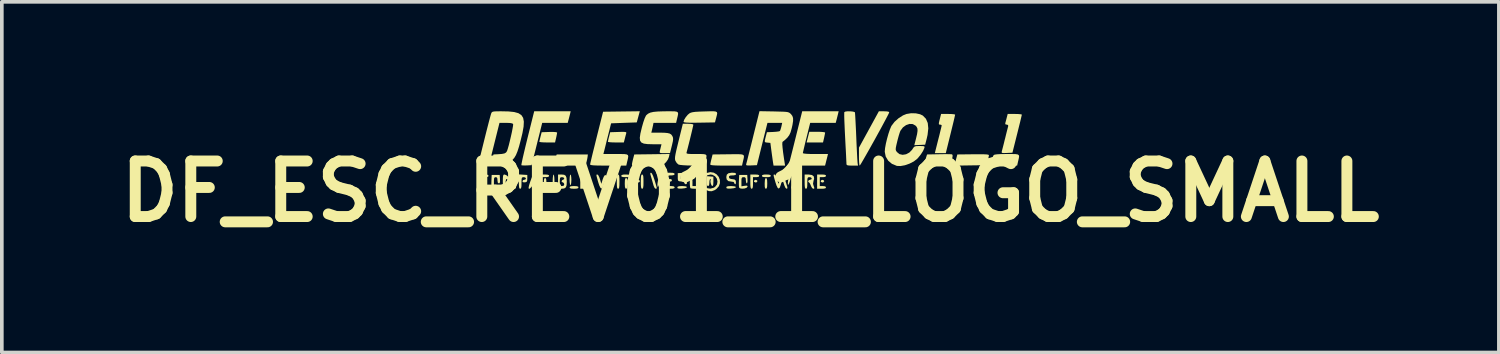
<source format=kicad_pcb>
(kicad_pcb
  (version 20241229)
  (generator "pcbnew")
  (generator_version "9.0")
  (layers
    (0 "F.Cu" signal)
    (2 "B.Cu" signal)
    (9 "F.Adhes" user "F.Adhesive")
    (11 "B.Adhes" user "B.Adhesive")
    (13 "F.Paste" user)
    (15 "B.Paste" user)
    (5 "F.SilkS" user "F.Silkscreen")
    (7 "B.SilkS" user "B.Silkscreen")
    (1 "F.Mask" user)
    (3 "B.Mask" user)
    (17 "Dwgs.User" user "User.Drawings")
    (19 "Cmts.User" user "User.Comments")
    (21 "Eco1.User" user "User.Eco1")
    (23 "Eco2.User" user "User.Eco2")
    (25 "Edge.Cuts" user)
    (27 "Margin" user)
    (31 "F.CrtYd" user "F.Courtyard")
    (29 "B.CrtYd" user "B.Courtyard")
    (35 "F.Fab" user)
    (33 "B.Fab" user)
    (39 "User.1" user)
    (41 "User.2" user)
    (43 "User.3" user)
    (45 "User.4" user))
  (footprint "DF_ESC_REV01_1_LOGO_SMALL"
    (layer "F.Cu")
    (at 17.533 2.201)
    (property "Reference" "DF_ESC_REV01_1_LOGO_SMALL" (at 0 0 0) (layer "F.SilkS") (effects (font (size 1.524 1.524) (thickness 0.3))))
    (attr board_only exclude_from_pos_files exclude_from_bom)
    (fp_poly (pts (xy -6.574 -0.207) (xy -6.57 -0.195) (xy -6.59 -0.174) (xy -6.606 -0.171) (xy -6.639 -0.184) (xy -6.643 -0.195) (xy -6.623 -0.217) (xy -6.606 -0.22)) (stroke (width 0) (type solid)) (fill yes) (layer "F.SilkS"))
    (fp_poly (pts (xy -4.478 -0.302) (xy -4.469 -0.281) (xy -4.49 -0.251) (xy -4.518 -0.244) (xy -4.558 -0.26) (xy -4.567 -0.281) (xy -4.547 -0.311) (xy -4.518 -0.318)) (stroke (width 0) (type solid)) (fill yes) (layer "F.SilkS"))
    (fp_poly (pts (xy -2.158 -0.327) (xy -2.149 -0.305) (xy -2.17 -0.275) (xy -2.198 -0.269) (xy -2.238 -0.284) (xy -2.247 -0.305) (xy -2.227 -0.335) (xy -2.198 -0.342)) (stroke (width 0) (type solid)) (fill yes) (layer "F.SilkS"))
    (fp_poly (pts (xy 0.186 -0.302) (xy 0.195 -0.281) (xy 0.175 -0.251) (xy 0.147 -0.244) (xy 0.107 -0.26) (xy 0.098 -0.281) (xy 0.118 -0.311) (xy 0.147 -0.318)) (stroke (width 0) (type solid)) (fill yes) (layer "F.SilkS"))
    (fp_poly (pts (xy 2.018 -0.302) (xy 2.027 -0.281) (xy 2.007 -0.251) (xy 1.978 -0.244) (xy 1.938 -0.26) (xy 1.929 -0.281) (xy 1.95 -0.311) (xy 1.978 -0.318)) (stroke (width 0) (type solid)) (fill yes) (layer "F.SilkS"))
    (fp_poly (pts (xy -5.565 -0.46) (xy -5.527 -0.447) (xy -5.52 -0.427) (xy -5.533 -0.404) (xy -5.578 -0.393) (xy -5.642 -0.391) (xy -5.719 -0.395) (xy -5.756 -0.408) (xy -5.764 -0.427) (xy -5.751 -0.45) (xy -5.706 -0.462) (xy -5.642 -0.464)) (stroke (width 0) (type solid)) (fill yes) (layer "F.SilkS"))
    (fp_poly (pts (xy -4.92 -0.442) (xy -4.912 -0.384) (xy -4.909 -0.318) (xy -4.913 -0.239) (xy -4.922 -0.187) (xy -4.933 -0.171) (xy -4.946 -0.193) (xy -4.955 -0.251) (xy -4.958 -0.318) (xy -4.954 -0.396) (xy -4.944 -0.448) (xy -4.933 -0.464)) (stroke (width 0) (type solid)) (fill yes) (layer "F.SilkS"))
    (fp_poly (pts (xy -4.759 -0.143) (xy -4.721 -0.129) (xy -4.714 -0.11) (xy -4.727 -0.087) (xy -4.772 -0.076) (xy -4.836 -0.073) (xy -4.913 -0.077) (xy -4.95 -0.091) (xy -4.958 -0.11) (xy -4.945 -0.133) (xy -4.9 -0.144) (xy -4.836 -0.147)) (stroke (width 0) (type solid)) (fill yes) (layer "F.SilkS"))
    (fp_poly (pts (xy -4.464 -0.953) (xy -4.475 -0.887) (xy -4.493 -0.809) (xy -4.496 -0.8) (xy -4.52 -0.708) (xy -5.398 -0.708) (xy -5.382 -0.775) (xy -5.363 -0.847) (xy -5.34 -0.926) (xy -5.339 -0.928) (xy -5.312 -1.014) (xy -4.457 -1.014)) (stroke (width 0) (type solid)) (fill yes) (layer "F.SilkS"))
    (fp_poly (pts (xy -3.342 -0.46) (xy -3.305 -0.447) (xy -3.297 -0.427) (xy -3.31 -0.404) (xy -3.355 -0.393) (xy -3.419 -0.391) (xy -3.496 -0.395) (xy -3.534 -0.408) (xy -3.541 -0.427) (xy -3.528 -0.45) (xy -3.483 -0.462) (xy -3.419 -0.464)) (stroke (width 0) (type solid)) (fill yes) (layer "F.SilkS"))
    (fp_poly (pts (xy -1.424 -0.499) (xy -1.417 -0.478) (xy -1.428 -0.454) (xy -1.47 -0.442) (xy -1.541 -0.44) (xy -1.618 -0.444) (xy -1.653 -0.457) (xy -1.655 -0.47) (xy -1.626 -0.49) (xy -1.565 -0.505) (xy -1.531 -0.508) (xy -1.459 -0.509)) (stroke (width 0) (type solid)) (fill yes) (layer "F.SilkS"))
    (fp_poly (pts (xy 0.516 -0.46) (xy 0.554 -0.447) (xy 0.562 -0.427) (xy 0.549 -0.404) (xy 0.503 -0.393) (xy 0.44 -0.391) (xy 0.363 -0.395) (xy 0.325 -0.408) (xy 0.318 -0.427) (xy 0.331 -0.45) (xy 0.376 -0.462) (xy 0.44 -0.464)) (stroke (width 0) (type solid)) (fill yes) (layer "F.SilkS"))
    (fp_poly (pts (xy 1.931 -1.634) (xy 2.005 -1.628) (xy 2.047 -1.619) (xy 2.052 -1.614) (xy 2.046 -1.579) (xy 2.033 -1.514) (xy 2.023 -1.467) (xy 1.994 -1.343) (xy 1.544 -1.343) (xy 1.581 -1.49) (xy 1.618 -1.636) (xy 1.835 -1.636)) (stroke (width 0) (type solid)) (fill yes) (layer "F.SilkS"))
    (fp_poly (pts (xy -7.201 -0.455) (xy -7.18 -0.429) (xy -7.18 -0.427) (xy -7.194 -0.404) (xy -7.242 -0.392) (xy -7.293 -0.391) (xy -7.36 -0.393) (xy -7.387 -0.401) (xy -7.381 -0.42) (xy -7.376 -0.427) (xy -7.332 -0.453) (xy -7.266 -0.464) (xy -7.263 -0.464)) (stroke (width 0) (type solid)) (fill yes) (layer "F.SilkS"))
    (fp_poly (pts (xy -3.746 -0.457) (xy -3.743 -0.426) (xy -3.752 -0.366) (xy -3.77 -0.294) (xy -3.792 -0.229) (xy -3.814 -0.186) (xy -3.817 -0.183) (xy -3.829 -0.188) (xy -3.831 -0.24) (xy -3.826 -0.291) (xy -3.81 -0.385) (xy -3.787 -0.445) (xy -3.761 -0.465)) (stroke (width 0) (type solid)) (fill yes) (layer "F.SilkS"))
    (fp_poly (pts (xy -1.78 -0.14) (xy -1.74 -0.125) (xy -1.744 -0.106) (xy -1.793 -0.088) (xy -1.876 -0.078) (xy -1.953 -0.077) (xy -1.991 -0.085) (xy -2.003 -0.107) (xy -2.003 -0.109) (xy -1.992 -0.131) (xy -1.953 -0.143) (xy -1.876 -0.147) (xy -1.866 -0.147)) (stroke (width 0) (type solid)) (fill yes) (layer "F.SilkS"))
    (fp_poly (pts (xy -0.437 -0.14) (xy -0.396 -0.125) (xy -0.401 -0.106) (xy -0.45 -0.088) (xy -0.533 -0.078) (xy -0.609 -0.077) (xy -0.648 -0.085) (xy -0.659 -0.107) (xy -0.659 -0.109) (xy -0.649 -0.131) (xy -0.61 -0.143) (xy -0.533 -0.147) (xy -0.523 -0.147)) (stroke (width 0) (type solid)) (fill yes) (layer "F.SilkS"))
    (fp_poly (pts (xy 1.114 -0.457) (xy 1.118 -0.426) (xy 1.108 -0.366) (xy 1.09 -0.294) (xy 1.068 -0.229) (xy 1.046 -0.186) (xy 1.043 -0.183) (xy 1.031 -0.188) (xy 1.03 -0.24) (xy 1.034 -0.291) (xy 1.05 -0.385) (xy 1.073 -0.445) (xy 1.1 -0.465)) (stroke (width 0) (type solid)) (fill yes) (layer "F.SilkS"))
    (fp_poly (pts (xy 0.45 -0.352) (xy 0.461 -0.305) (xy 0.464 -0.22) (xy 0.461 -0.134) (xy 0.451 -0.089) (xy 0.431 -0.073) (xy 0.428 -0.073) (xy 0.407 -0.085) (xy 0.396 -0.124) (xy 0.394 -0.202) (xy 0.394 -0.22) (xy 0.399 -0.307) (xy 0.411 -0.354) (xy 0.43 -0.366)) (stroke (width 0) (type solid)) (fill yes) (layer "F.SilkS"))
    (fp_poly (pts (xy 6.397 -1.019) (xy 6.478 -1.015) (xy 6.526 -1.008) (xy 6.544 -0.998) (xy 6.545 -0.995) (xy 6.539 -0.955) (xy 6.524 -0.887) (xy 6.513 -0.843) (xy 6.481 -0.72) (xy 6.039 -0.714) (xy 5.596 -0.707) (xy 5.638 -0.86) (xy 5.679 -1.014) (xy 6.112 -1.019) (xy 6.277 -1.02)) (stroke (width 0) (type solid)) (fill yes) (layer "F.SilkS"))
    (fp_poly (pts (xy -5.608 -0.355) (xy -5.597 -0.315) (xy -5.593 -0.237) (xy -5.593 -0.22) (xy -5.596 -0.135) (xy -5.606 -0.089) (xy -5.625 -0.074) (xy -5.63 -0.073) (xy -5.651 -0.085) (xy -5.662 -0.124) (xy -5.666 -0.202) (xy -5.666 -0.22) (xy -5.663 -0.305) (xy -5.653 -0.351) (xy -5.634 -0.366) (xy -5.63 -0.366)) (stroke (width 0) (type solid)) (fill yes) (layer "F.SilkS"))
    (fp_poly (pts (xy -5.385 -0.441) (xy -5.377 -0.379) (xy -5.373 -0.286) (xy -5.373 -0.269) (xy -5.376 -0.172) (xy -5.384 -0.104) (xy -5.395 -0.074) (xy -5.397 -0.073) (xy -5.41 -0.096) (xy -5.418 -0.159) (xy -5.422 -0.251) (xy -5.422 -0.269) (xy -5.419 -0.365) (xy -5.411 -0.433) (xy -5.4 -0.463) (xy -5.397 -0.464)) (stroke (width 0) (type solid)) (fill yes) (layer "F.SilkS"))
    (fp_poly (pts (xy -3.608 -0.455) (xy -3.597 -0.421) (xy -3.591 -0.355) (xy -3.59 -0.269) (xy -3.592 -0.168) (xy -3.598 -0.108) (xy -3.611 -0.079) (xy -3.627 -0.073) (xy -3.646 -0.082) (xy -3.657 -0.116) (xy -3.662 -0.182) (xy -3.663 -0.269) (xy -3.662 -0.369) (xy -3.655 -0.429) (xy -3.643 -0.458) (xy -3.627 -0.464)) (stroke (width 0) (type solid)) (fill yes) (layer "F.SilkS"))
    (fp_poly (pts (xy -3.386 -0.355) (xy -3.374 -0.315) (xy -3.37 -0.237) (xy -3.37 -0.22) (xy -3.373 -0.135) (xy -3.383 -0.089) (xy -3.403 -0.074) (xy -3.407 -0.073) (xy -3.428 -0.085) (xy -3.44 -0.124) (xy -3.444 -0.202) (xy -3.444 -0.22) (xy -3.441 -0.305) (xy -3.431 -0.351) (xy -3.411 -0.366) (xy -3.407 -0.366)) (stroke (width 0) (type solid)) (fill yes) (layer "F.SilkS"))
    (fp_poly (pts (xy -2.949 -0.455) (xy -2.937 -0.421) (xy -2.932 -0.355) (xy -2.931 -0.269) (xy -2.932 -0.168) (xy -2.939 -0.108) (xy -2.951 -0.079) (xy -2.967 -0.073) (xy -2.986 -0.082) (xy -2.997 -0.116) (xy -3.003 -0.182) (xy -3.004 -0.269) (xy -3.002 -0.369) (xy -2.996 -0.429) (xy -2.984 -0.458) (xy -2.967 -0.464)) (stroke (width 0) (type solid)) (fill yes) (layer "F.SilkS"))
    (fp_poly (pts (xy -2.427 -0.507) (xy -2.421 -0.485) (xy -2.429 -0.434) (xy -2.452 -0.347) (xy -2.475 -0.269) (xy -2.504 -0.18) (xy -2.523 -0.133) (xy -2.536 -0.122) (xy -2.546 -0.143) (xy -2.547 -0.147) (xy -2.549 -0.202) (xy -2.537 -0.279) (xy -2.516 -0.364) (xy -2.49 -0.44) (xy -2.463 -0.492) (xy -2.447 -0.507)) (stroke (width 0) (type solid)) (fill yes) (layer "F.SilkS"))
    (fp_poly (pts (xy 5.407 -1.022) (xy 5.487 -1.02) (xy 5.531 -1.017) (xy 5.534 -1.016) (xy 5.548 -0.997) (xy 5.547 -0.952) (xy 5.53 -0.871) (xy 5.527 -0.856) (xy 5.489 -0.708) (xy 4.762 -0.708) (xy 4.778 -0.775) (xy 4.797 -0.847) (xy 4.82 -0.926) (xy 4.821 -0.928) (xy 4.848 -1.014) (xy 5.177 -1.02) (xy 5.3 -1.022)) (stroke (width 0) (type solid)) (fill yes) (layer "F.SilkS"))
    (fp_poly (pts (xy -5.337 -1.627) (xy -5.302 -1.618) (xy -5.3 -1.615) (xy -5.305 -1.579) (xy -5.318 -1.513) (xy -5.328 -1.467) (xy -5.357 -1.343) (xy -5.573 -1.343) (xy -5.668 -1.345) (xy -5.742 -1.35) (xy -5.783 -1.358) (xy -5.788 -1.362) (xy -5.782 -1.394) (xy -5.767 -1.457) (xy -5.756 -1.502) (xy -5.724 -1.624) (xy -5.512 -1.631) (xy -5.41 -1.632)) (stroke (width 0) (type solid)) (fill yes) (layer "F.SilkS"))
    (fp_poly (pts (xy -4.466 -0.46) (xy -4.428 -0.447) (xy -4.421 -0.427) (xy -4.439 -0.4) (xy -4.498 -0.391) (xy -4.506 -0.391) (xy -4.592 -0.391) (xy -4.592 -0.147) (xy -4.506 -0.147) (xy -4.443 -0.139) (xy -4.421 -0.113) (xy -4.421 -0.11) (xy -4.434 -0.087) (xy -4.479 -0.076) (xy -4.543 -0.073) (xy -4.665 -0.073) (xy -4.665 -0.464) (xy -4.543 -0.464)) (stroke (width 0) (type solid)) (fill yes) (layer "F.SilkS"))
    (fp_poly (pts (xy -2.232 -0.947) (xy -2.26 -0.877) (xy -2.309 -0.806) (xy -2.321 -0.794) (xy -2.394 -0.72) (xy -2.821 -0.712) (xy -2.98 -0.71) (xy -3.096 -0.71) (xy -3.175 -0.713) (xy -3.222 -0.719) (xy -3.244 -0.728) (xy -3.248 -0.737) (xy -3.242 -0.778) (xy -3.227 -0.847) (xy -3.216 -0.891) (xy -3.184 -1.014) (xy -2.7 -1.02) (xy -2.216 -1.027)) (stroke (width 0) (type solid)) (fill yes) (layer "F.SilkS"))
    (fp_poly (pts (xy 0.199 -0.46) (xy 0.236 -0.447) (xy 0.244 -0.427) (xy 0.226 -0.4) (xy 0.167 -0.391) (xy 0.159 -0.391) (xy 0.073 -0.391) (xy 0.073 -0.232) (xy 0.071 -0.143) (xy 0.062 -0.093) (xy 0.045 -0.074) (xy 0.037 -0.073) (xy 0.018 -0.082) (xy 0.007 -0.116) (xy 0.001 -0.182) (xy 0 -0.269) (xy 0 -0.464) (xy 0.122 -0.464)) (stroke (width 0) (type solid)) (fill yes) (layer "F.SilkS"))
    (fp_poly (pts (xy 2.031 -0.46) (xy 2.068 -0.447) (xy 2.076 -0.427) (xy 2.057 -0.4) (xy 1.998 -0.391) (xy 1.99 -0.391) (xy 1.905 -0.391) (xy 1.905 -0.147) (xy 1.99 -0.147) (xy 2.054 -0.139) (xy 2.076 -0.113) (xy 2.076 -0.11) (xy 2.063 -0.087) (xy 2.018 -0.076) (xy 1.954 -0.073) (xy 1.832 -0.073) (xy 1.832 -0.464) (xy 1.954 -0.464)) (stroke (width 0) (type solid)) (fill yes) (layer "F.SilkS"))
    (fp_poly (pts (xy -7.338 -0.326) (xy -7.328 -0.272) (xy -7.327 -0.244) (xy -7.324 -0.182) (xy -7.308 -0.154) (xy -7.269 -0.147) (xy -7.254 -0.147) (xy -7.195 -0.136) (xy -7.18 -0.11) (xy -7.201 -0.085) (xy -7.25 -0.073) (xy -7.309 -0.076) (xy -7.359 -0.094) (xy -7.371 -0.103) (xy -7.392 -0.145) (xy -7.401 -0.207) (xy -7.398 -0.272) (xy -7.385 -0.323) (xy -7.364 -0.342)) (stroke (width 0) (type solid)) (fill yes) (layer "F.SilkS"))
    (fp_poly (pts (xy -3.446 -1.632) (xy -3.412 -1.626) (xy -3.401 -1.612) (xy -3.404 -1.595) (xy -3.418 -1.544) (xy -3.437 -1.471) (xy -3.443 -1.447) (xy -3.47 -1.343) (xy -3.689 -1.343) (xy -3.785 -1.345) (xy -3.86 -1.35) (xy -3.902 -1.358) (xy -3.907 -1.362) (xy -3.901 -1.394) (xy -3.887 -1.457) (xy -3.875 -1.502) (xy -3.844 -1.624) (xy -3.617 -1.631) (xy -3.511 -1.634)) (stroke (width 0) (type solid)) (fill yes) (layer "F.SilkS"))
    (fp_poly (pts (xy -4.944 -2.131) (xy -4.962 -2.06) (xy -4.983 -1.979) (xy -4.985 -1.972) (xy -5.009 -1.881) (xy -5.709 -1.881) (xy -5.999 -0.72) (xy -6.132 -0.713) (xy -6.209 -0.712) (xy -6.264 -0.715) (xy -6.281 -0.72) (xy -6.278 -0.747) (xy -6.265 -0.814) (xy -6.243 -0.918) (xy -6.212 -1.051) (xy -6.175 -1.208) (xy -6.132 -1.383) (xy -6.112 -1.466) (xy -5.929 -2.198) (xy -4.928 -2.198)) (stroke (width 0) (type solid)) (fill yes) (layer "F.SilkS"))
    (fp_poly (pts (xy -2.699 -0.49) (xy -2.667 -0.423) (xy -2.63 -0.318) (xy -2.627 -0.308) (xy -2.595 -0.202) (xy -2.575 -0.133) (xy -2.568 -0.095) (xy -2.572 -0.078) (xy -2.586 -0.073) (xy -2.598 -0.073) (xy -2.625 -0.095) (xy -2.651 -0.151) (xy -2.659 -0.177) (xy -2.684 -0.268) (xy -2.713 -0.368) (xy -2.722 -0.397) (xy -2.741 -0.467) (xy -2.744 -0.501) (xy -2.73 -0.513) (xy -2.723 -0.513)) (stroke (width 0) (type solid)) (fill yes) (layer "F.SilkS"))
    (fp_poly (pts (xy -1.601 -0.378) (xy -1.59 -0.332) (xy -1.587 -0.269) (xy -1.587 -0.147) (xy -1.502 -0.147) (xy -1.439 -0.139) (xy -1.417 -0.113) (xy -1.417 -0.11) (xy -1.431 -0.085) (xy -1.482 -0.074) (xy -1.522 -0.073) (xy -1.591 -0.077) (xy -1.637 -0.085) (xy -1.644 -0.09) (xy -1.653 -0.121) (xy -1.659 -0.186) (xy -1.661 -0.248) (xy -1.658 -0.332) (xy -1.647 -0.376) (xy -1.627 -0.391) (xy -1.624 -0.391)) (stroke (width 0) (type solid)) (fill yes) (layer "F.SilkS"))
    (fp_poly (pts (xy -0.249 -1.017) (xy -0.201 -1.005) (xy -0.178 -0.983) (xy -0.175 -0.948) (xy -0.184 -0.898) (xy -0.2 -0.832) (xy -0.228 -0.708) (xy -0.664 -0.708) (xy -0.828 -0.709) (xy -0.948 -0.712) (xy -1.03 -0.717) (xy -1.078 -0.724) (xy -1.098 -0.735) (xy -1.099 -0.739) (xy -1.092 -0.779) (xy -1.077 -0.847) (xy -1.066 -0.891) (xy -1.035 -1.014) (xy -0.603 -1.019) (xy -0.444 -1.021) (xy -0.328 -1.021)) (stroke (width 0) (type solid)) (fill yes) (layer "F.SilkS"))
    (fp_poly (pts (xy -3.158 -0.442) (xy -3.151 -0.391) (xy -3.144 -0.338) (xy -3.116 -0.319) (xy -3.09 -0.318) (xy -3.04 -0.305) (xy -3.028 -0.281) (xy -3.05 -0.251) (xy -3.09 -0.244) (xy -3.131 -0.238) (xy -3.148 -0.209) (xy -3.151 -0.159) (xy -3.159 -0.096) (xy -3.184 -0.073) (xy -3.187 -0.073) (xy -3.206 -0.082) (xy -3.217 -0.116) (xy -3.223 -0.182) (xy -3.224 -0.269) (xy -3.222 -0.369) (xy -3.216 -0.429) (xy -3.203 -0.458) (xy -3.187 -0.464)) (stroke (width 0) (type solid)) (fill yes) (layer "F.SilkS"))
    (fp_poly (pts (xy -1.105 -0.411) (xy -1.014 -0.403) (xy -1.013 -0.275) (xy -1.017 -0.189) (xy -1.033 -0.149) (xy -1.041 -0.147) (xy -1.066 -0.168) (xy -1.085 -0.217) (xy -1.095 -0.273) (xy -1.088 -0.316) (xy -1.087 -0.317) (xy -1.089 -0.34) (xy -1.098 -0.342) (xy -1.114 -0.32) (xy -1.123 -0.266) (xy -1.123 -0.244) (xy -1.13 -0.176) (xy -1.15 -0.148) (xy -1.16 -0.147) (xy -1.182 -0.158) (xy -1.193 -0.2) (xy -1.197 -0.282) (xy -1.197 -0.418)) (stroke (width 0) (type solid)) (fill yes) (layer "F.SilkS"))
    (fp_poly (pts (xy -2.129 -0.51) (xy -2.088 -0.498) (xy -2.076 -0.476) (xy -2.093 -0.45) (xy -2.147 -0.44) (xy -2.171 -0.44) (xy -2.233 -0.437) (xy -2.262 -0.418) (xy -2.273 -0.37) (xy -2.275 -0.348) (xy -2.281 -0.249) (xy -2.273 -0.188) (xy -2.246 -0.158) (xy -2.196 -0.147) (xy -2.172 -0.147) (xy -2.105 -0.14) (xy -2.077 -0.12) (xy -2.076 -0.11) (xy -2.088 -0.088) (xy -2.13 -0.076) (xy -2.21 -0.073) (xy -2.345 -0.073) (xy -2.345 -0.513) (xy -2.21 -0.513)) (stroke (width 0) (type solid)) (fill yes) (layer "F.SilkS"))
    (fp_poly (pts (xy 7.272 -1.024) (xy 7.333 -1.015) (xy 7.364 -0.996) (xy 7.373 -0.962) (xy 7.365 -0.909) (xy 7.348 -0.834) (xy 7.347 -0.832) (xy 7.319 -0.708) (xy 6.956 -0.708) (xy 6.83 -0.709) (xy 6.722 -0.712) (xy 6.643 -0.715) (xy 6.6 -0.72) (xy 6.594 -0.722) (xy 6.601 -0.768) (xy 6.619 -0.837) (xy 6.641 -0.911) (xy 6.662 -0.971) (xy 6.674 -0.995) (xy 6.702 -1.009) (xy 6.766 -1.018) (xy 6.868 -1.024) (xy 7.015 -1.026) (xy 7.037 -1.026) (xy 7.176 -1.026)) (stroke (width 0) (type solid)) (fill yes) (layer "F.SilkS"))
    (fp_poly (pts (xy -0.951 -2.192) (xy -0.918 -2.175) (xy -0.909 -2.144) (xy -0.917 -2.096) (xy -0.935 -2.025) (xy -0.938 -2.015) (xy -0.97 -1.893) (xy -1.401 -1.886) (xy -1.562 -1.884) (xy -1.681 -1.885) (xy -1.761 -1.889) (xy -1.809 -1.895) (xy -1.83 -1.905) (xy -1.832 -1.911) (xy -1.815 -1.965) (xy -1.773 -2.034) (xy -1.718 -2.101) (xy -1.669 -2.142) (xy -1.633 -2.16) (xy -1.582 -2.173) (xy -1.509 -2.183) (xy -1.405 -2.189) (xy -1.261 -2.194) (xy -1.253 -2.194) (xy -1.112 -2.198) (xy -1.013 -2.199)) (stroke (width 0) (type solid)) (fill yes) (layer "F.SilkS"))
    (fp_poly (pts (xy 3.753 -2.194) (xy 3.802 -2.182) (xy 3.81 -2.171) (xy 3.799 -2.142) (xy 3.767 -2.078) (xy 3.718 -1.984) (xy 3.655 -1.866) (xy 3.582 -1.73) (xy 3.501 -1.583) (xy 3.417 -1.43) (xy 3.332 -1.278) (xy 3.25 -1.132) (xy 3.174 -0.998) (xy 3.108 -0.883) (xy 3.055 -0.792) (xy 3.018 -0.732) (xy 3 -0.708) (xy 3 -0.708) (xy 2.991 -0.731) (xy 2.985 -0.792) (xy 2.981 -0.882) (xy 2.98 -0.955) (xy 2.98 -1.201) (xy 3.253 -1.699) (xy 3.526 -2.198) (xy 3.668 -2.198)) (stroke (width 0) (type solid)) (fill yes) (layer "F.SilkS"))
    (fp_poly (pts (xy 5.515 -2.123) (xy 5.583 -2.117) (xy 5.616 -2.109) (xy 5.618 -2.106) (xy 5.612 -2.078) (xy 5.597 -2.01) (xy 5.573 -1.908) (xy 5.542 -1.781) (xy 5.506 -1.634) (xy 5.49 -1.569) (xy 5.362 -1.05) (xy 5.061 -1.05) (xy 5.155 -1.423) (xy 5.188 -1.551) (xy 5.215 -1.663) (xy 5.236 -1.749) (xy 5.248 -1.802) (xy 5.25 -1.813) (xy 5.231 -1.829) (xy 5.205 -1.832) (xy 5.18 -1.835) (xy 5.171 -1.851) (xy 5.175 -1.891) (xy 5.192 -1.965) (xy 5.196 -1.978) (xy 5.233 -2.125) (xy 5.425 -2.125)) (stroke (width 0) (type solid)) (fill yes) (layer "F.SilkS"))
    (fp_poly (pts (xy -1.767 -0.499) (xy -1.758 -0.478) (xy -1.775 -0.45) (xy -1.831 -0.44) (xy -1.844 -0.44) (xy -1.903 -0.434) (xy -1.927 -0.412) (xy -1.929 -0.392) (xy -1.918 -0.359) (xy -1.877 -0.342) (xy -1.838 -0.337) (xy -1.776 -0.327) (xy -1.748 -0.303) (xy -1.739 -0.263) (xy -1.742 -0.211) (xy -1.769 -0.195) (xy -1.802 -0.213) (xy -1.807 -0.231) (xy -1.831 -0.259) (xy -1.898 -0.273) (xy -1.899 -0.273) (xy -1.955 -0.28) (xy -1.982 -0.298) (xy -1.99 -0.342) (xy -1.99 -0.391) (xy -1.99 -0.501) (xy -1.874 -0.508) (xy -1.802 -0.509)) (stroke (width 0) (type solid)) (fill yes) (layer "F.SilkS"))
    (fp_poly (pts (xy -0.425 -0.508) (xy -0.394 -0.49) (xy -0.391 -0.476) (xy -0.407 -0.451) (xy -0.46 -0.44) (xy -0.488 -0.44) (xy -0.553 -0.435) (xy -0.581 -0.419) (xy -0.586 -0.392) (xy -0.575 -0.359) (xy -0.533 -0.342) (xy -0.495 -0.337) (xy -0.433 -0.327) (xy -0.405 -0.303) (xy -0.395 -0.263) (xy -0.398 -0.214) (xy -0.414 -0.195) (xy -0.437 -0.215) (xy -0.44 -0.232) (xy -0.459 -0.26) (xy -0.52 -0.269) (xy -0.603 -0.283) (xy -0.648 -0.327) (xy -0.659 -0.391) (xy -0.646 -0.459) (xy -0.601 -0.498) (xy -0.519 -0.512) (xy -0.496 -0.513)) (stroke (width 0) (type solid)) (fill yes) (layer "F.SilkS"))
    (fp_poly (pts (xy -6.868 -0.336) (xy -6.866 -0.263) (xy -6.877 -0.228) (xy -6.898 -0.22) (xy -6.926 -0.237) (xy -6.936 -0.292) (xy -6.936 -0.305) (xy -6.942 -0.364) (xy -6.963 -0.388) (xy -6.985 -0.391) (xy -7.014 -0.384) (xy -7.029 -0.358) (xy -7.034 -0.298) (xy -7.034 -0.266) (xy -7.034 -0.141) (xy -6.946 -0.158) (xy -6.889 -0.165) (xy -6.867 -0.156) (xy -6.867 -0.13) (xy -6.894 -0.099) (xy -6.95 -0.08) (xy -7.015 -0.074) (xy -7.071 -0.083) (xy -7.096 -0.105) (xy -7.102 -0.146) (xy -7.104 -0.22) (xy -7.102 -0.296) (xy -7.095 -0.452) (xy -6.875 -0.452)) (stroke (width 0) (type solid)) (fill yes) (layer "F.SilkS"))
    (fp_poly (pts (xy -6.234 -0.459) (xy -6.118 -0.452) (xy -6.118 -0.354) (xy -6.122 -0.291) (xy -6.139 -0.261) (xy -6.179 -0.249) (xy -6.185 -0.249) (xy -6.237 -0.252) (xy -6.252 -0.279) (xy -6.232 -0.311) (xy -6.203 -0.318) (xy -6.164 -0.333) (xy -6.155 -0.354) (xy -6.176 -0.384) (xy -6.216 -0.391) (xy -6.248 -0.388) (xy -6.267 -0.372) (xy -6.275 -0.333) (xy -6.277 -0.258) (xy -6.277 -0.232) (xy -6.279 -0.143) (xy -6.288 -0.093) (xy -6.305 -0.074) (xy -6.313 -0.073) (xy -6.332 -0.082) (xy -6.343 -0.116) (xy -6.349 -0.182) (xy -6.35 -0.27) (xy -6.35 -0.467)) (stroke (width 0) (type solid)) (fill yes) (layer "F.SilkS"))
    (fp_poly (pts (xy -0.078 -0.336) (xy -0.078 -0.263) (xy -0.089 -0.224) (xy -0.096 -0.22) (xy -0.113 -0.241) (xy -0.122 -0.294) (xy -0.122 -0.305) (xy -0.127 -0.363) (xy -0.147 -0.387) (xy -0.183 -0.391) (xy -0.219 -0.387) (xy -0.237 -0.367) (xy -0.244 -0.319) (xy -0.244 -0.265) (xy -0.244 -0.14) (xy -0.157 -0.154) (xy -0.1 -0.16) (xy -0.078 -0.149) (xy -0.078 -0.127) (xy -0.105 -0.098) (xy -0.161 -0.08) (xy -0.226 -0.075) (xy -0.282 -0.084) (xy -0.307 -0.105) (xy -0.313 -0.146) (xy -0.315 -0.22) (xy -0.313 -0.296) (xy -0.305 -0.452) (xy -0.085 -0.452)) (stroke (width 0) (type solid)) (fill yes) (layer "F.SilkS"))
    (fp_poly (pts (xy -5.897 -0.432) (xy -5.862 -0.354) (xy -5.837 -0.281) (xy -5.812 -0.193) (xy -5.796 -0.124) (xy -5.793 -0.086) (xy -5.795 -0.083) (xy -5.824 -0.078) (xy -5.855 -0.121) (xy -5.886 -0.207) (xy -5.913 -0.285) (xy -5.937 -0.315) (xy -5.957 -0.295) (xy -5.966 -0.269) (xy -5.964 -0.228) (xy -5.945 -0.22) (xy -5.914 -0.2) (xy -5.91 -0.183) (xy -5.931 -0.153) (xy -5.957 -0.147) (xy -6.002 -0.13) (xy -6.017 -0.11) (xy -6.048 -0.077) (xy -6.066 -0.073) (xy -6.081 -0.082) (xy -6.081 -0.113) (xy -6.067 -0.175) (xy -6.037 -0.269) (xy -5.996 -0.381) (xy -5.961 -0.446) (xy -5.929 -0.463)) (stroke (width 0) (type solid)) (fill yes) (layer "F.SilkS"))
    (fp_poly (pts (xy 1.305 -0.456) (xy 1.323 -0.426) (xy 1.345 -0.366) (xy 1.376 -0.268) (xy 1.378 -0.26) (xy 1.406 -0.162) (xy 1.417 -0.103) (xy 1.413 -0.077) (xy 1.404 -0.073) (xy 1.379 -0.095) (xy 1.349 -0.149) (xy 1.331 -0.196) (xy 1.305 -0.261) (xy 1.28 -0.299) (xy 1.268 -0.304) (xy 1.247 -0.268) (xy 1.27 -0.218) (xy 1.287 -0.2) (xy 1.312 -0.17) (xy 1.299 -0.157) (xy 1.262 -0.151) (xy 1.213 -0.134) (xy 1.197 -0.108) (xy 1.177 -0.077) (xy 1.16 -0.073) (xy 1.128 -0.082) (xy 1.123 -0.09) (xy 1.132 -0.136) (xy 1.153 -0.206) (xy 1.183 -0.288) (xy 1.214 -0.366) (xy 1.243 -0.427) (xy 1.263 -0.457) (xy 1.265 -0.458) (xy 1.287 -0.464)) (stroke (width 0) (type solid)) (fill yes) (layer "F.SilkS"))
    (fp_poly (pts (xy 7.345 -2.123) (xy 7.413 -2.117) (xy 7.447 -2.109) (xy 7.448 -2.106) (xy 7.442 -2.078) (xy 7.426 -2.01) (xy 7.402 -1.909) (xy 7.37 -1.781) (xy 7.334 -1.635) (xy 7.319 -1.575) (xy 7.19 -1.062) (xy 7.036 -1.055) (xy 6.953 -1.052) (xy 6.909 -1.056) (xy 6.894 -1.07) (xy 6.897 -1.092) (xy 6.907 -1.131) (xy 6.927 -1.208) (xy 6.953 -1.31) (xy 6.982 -1.429) (xy 6.986 -1.441) (xy 7.015 -1.56) (xy 7.041 -1.664) (xy 7.062 -1.744) (xy 7.073 -1.787) (xy 7.074 -1.789) (xy 7.07 -1.823) (xy 7.034 -1.832) (xy 6.995 -1.842) (xy 6.994 -1.874) (xy 7.008 -1.924) (xy 7.027 -1.997) (xy 7.033 -2.021) (xy 7.06 -2.125) (xy 7.255 -2.125)) (stroke (width 0) (type solid)) (fill yes) (layer "F.SilkS"))
    (fp_poly (pts (xy -5.108 -0.457) (xy -5.064 -0.429) (xy -5.042 -0.372) (xy -5.035 -0.277) (xy -5.035 -0.27) (xy -5.04 -0.171) (xy -5.061 -0.111) (xy -5.105 -0.081) (xy -5.178 -0.073) (xy -5.181 -0.073) (xy -5.275 -0.073) (xy -5.275 -0.269) (xy -5.227 -0.269) (xy -5.225 -0.196) (xy -5.214 -0.16) (xy -5.19 -0.148) (xy -5.165 -0.147) (xy -5.118 -0.158) (xy -5.104 -0.195) (xy -5.12 -0.235) (xy -5.141 -0.244) (xy -5.173 -0.264) (xy -5.178 -0.281) (xy -5.158 -0.313) (xy -5.141 -0.318) (xy -5.109 -0.337) (xy -5.104 -0.354) (xy -5.126 -0.384) (xy -5.165 -0.391) (xy -5.202 -0.387) (xy -5.22 -0.367) (xy -5.226 -0.318) (xy -5.227 -0.269) (xy -5.275 -0.269) (xy -5.275 -0.464) (xy -5.181 -0.464)) (stroke (width 0) (type solid)) (fill yes) (layer "F.SilkS"))
    (fp_poly (pts (xy -4.171 -0.443) (xy -4.143 -0.387) (xy -4.125 -0.336) (xy -4.087 -0.208) (xy -4.05 -0.33) (xy -4.023 -0.399) (xy -3.994 -0.443) (xy -3.979 -0.452) (xy -3.954 -0.43) (xy -3.925 -0.37) (xy -3.902 -0.305) (xy -3.876 -0.221) (xy -3.855 -0.15) (xy -3.844 -0.116) (xy -3.847 -0.08) (xy -3.866 -0.073) (xy -3.895 -0.096) (xy -3.923 -0.155) (xy -3.932 -0.183) (xy -3.953 -0.248) (xy -3.972 -0.287) (xy -3.979 -0.293) (xy -3.994 -0.272) (xy -4.015 -0.218) (xy -4.025 -0.183) (xy -4.052 -0.107) (xy -4.08 -0.078) (xy -4.11 -0.096) (xy -4.143 -0.163) (xy -4.173 -0.254) (xy -4.201 -0.354) (xy -4.217 -0.416) (xy -4.222 -0.448) (xy -4.216 -0.462) (xy -4.2 -0.464) (xy -4.194 -0.464)) (stroke (width 0) (type solid)) (fill yes) (layer "F.SilkS"))
    (fp_poly (pts (xy -3.115 -1.893) (xy -3.467 -1.881) (xy -3.819 -1.868) (xy -3.908 -1.514) (xy -3.941 -1.384) (xy -3.97 -1.266) (xy -3.994 -1.17) (xy -4.01 -1.107) (xy -4.014 -1.093) (xy -4.031 -1.026) (xy -3.688 -1.026) (xy -3.549 -1.026) (xy -3.451 -1.024) (xy -3.39 -1.015) (xy -3.358 -0.996) (xy -3.349 -0.963) (xy -3.356 -0.911) (xy -3.373 -0.837) (xy -3.375 -0.832) (xy -3.403 -0.708) (xy -3.9 -0.708) (xy -4.076 -0.709) (xy -4.208 -0.711) (xy -4.302 -0.715) (xy -4.361 -0.722) (xy -4.39 -0.731) (xy -4.395 -0.739) (xy -4.39 -0.769) (xy -4.373 -0.841) (xy -4.348 -0.948) (xy -4.315 -1.084) (xy -4.275 -1.243) (xy -4.232 -1.418) (xy -4.217 -1.478) (xy -4.039 -2.186) (xy -3.032 -2.199)) (stroke (width 0) (type solid)) (fill yes) (layer "F.SilkS"))
    (fp_poly (pts (xy 0.689 -0.443) (xy 0.717 -0.387) (xy 0.735 -0.336) (xy 0.773 -0.208) (xy 0.81 -0.33) (xy 0.838 -0.399) (xy 0.866 -0.443) (xy 0.881 -0.452) (xy 0.906 -0.43) (xy 0.935 -0.37) (xy 0.958 -0.305) (xy 0.984 -0.221) (xy 1.005 -0.15) (xy 1.016 -0.116) (xy 1.013 -0.08) (xy 0.994 -0.073) (xy 0.965 -0.096) (xy 0.937 -0.155) (xy 0.928 -0.183) (xy 0.907 -0.248) (xy 0.888 -0.287) (xy 0.881 -0.293) (xy 0.866 -0.272) (xy 0.846 -0.218) (xy 0.836 -0.183) (xy 0.809 -0.107) (xy 0.781 -0.078) (xy 0.751 -0.096) (xy 0.718 -0.163) (xy 0.688 -0.254) (xy 0.659 -0.354) (xy 0.643 -0.416) (xy 0.638 -0.448) (xy 0.644 -0.462) (xy 0.66 -0.464) (xy 0.666 -0.464)) (stroke (width 0) (type solid)) (fill yes) (layer "F.SilkS"))
    (fp_poly (pts (xy 2.745 -2.197) (xy 2.814 -2.19) (xy 2.86 -2.177) (xy 2.869 -2.168) (xy 2.873 -2.136) (xy 2.878 -2.062) (xy 2.884 -1.953) (xy 2.891 -1.815) (xy 2.899 -1.656) (xy 2.906 -1.49) (xy 2.913 -1.313) (xy 2.921 -1.15) (xy 2.928 -1.007) (xy 2.934 -0.892) (xy 2.94 -0.812) (xy 2.943 -0.775) (xy 2.954 -0.708) (xy 2.796 -0.708) (xy 2.709 -0.71) (xy 2.661 -0.718) (xy 2.641 -0.734) (xy 2.637 -0.751) (xy 2.636 -0.786) (xy 2.632 -0.863) (xy 2.627 -0.975) (xy 2.62 -1.116) (xy 2.611 -1.279) (xy 2.602 -1.457) (xy 2.601 -1.474) (xy 2.592 -1.652) (xy 2.585 -1.814) (xy 2.579 -1.954) (xy 2.576 -2.065) (xy 2.576 -2.141) (xy 2.578 -2.175) (xy 2.578 -2.176) (xy 2.61 -2.191) (xy 2.672 -2.198)) (stroke (width 0) (type solid)) (fill yes) (layer "F.SilkS"))
    (fp_poly (pts (xy 1.69 -0.45) (xy 1.741 -0.411) (xy 1.75 -0.346) (xy 1.735 -0.295) (xy 1.72 -0.213) (xy 1.733 -0.162) (xy 1.753 -0.105) (xy 1.754 -0.08) (xy 1.734 -0.073) (xy 1.724 -0.073) (xy 1.694 -0.094) (xy 1.665 -0.146) (xy 1.661 -0.159) (xy 1.637 -0.214) (xy 1.614 -0.243) (xy 1.61 -0.244) (xy 1.59 -0.264) (xy 1.587 -0.281) (xy 1.608 -0.311) (xy 1.636 -0.318) (xy 1.676 -0.333) (xy 1.685 -0.354) (xy 1.664 -0.384) (xy 1.624 -0.391) (xy 1.591 -0.388) (xy 1.573 -0.372) (xy 1.565 -0.333) (xy 1.563 -0.258) (xy 1.563 -0.232) (xy 1.561 -0.143) (xy 1.552 -0.093) (xy 1.535 -0.074) (xy 1.526 -0.073) (xy 1.508 -0.082) (xy 1.496 -0.116) (xy 1.491 -0.182) (xy 1.49 -0.269) (xy 1.49 -0.464) (xy 1.599 -0.464)) (stroke (width 0) (type solid)) (fill yes) (layer "F.SilkS"))
    (fp_poly (pts (xy -1.002 -0.514) (xy -0.925 -0.468) (xy -0.868 -0.4) (xy -0.836 -0.317) (xy -0.833 -0.229) (xy -0.863 -0.143) (xy -0.929 -0.068) (xy -0.979 -0.035) (xy -1.06 -0.005) (xy -1.136 -0.009) (xy -1.213 -0.039) (xy -1.281 -0.093) (xy -1.336 -0.172) (xy -1.366 -0.256) (xy -1.368 -0.28) (xy -1.364 -0.293) (xy -1.294 -0.293) (xy -1.282 -0.23) (xy -1.252 -0.162) (xy -1.214 -0.107) (xy -1.191 -0.09) (xy -1.098 -0.076) (xy -1.004 -0.101) (xy -0.968 -0.124) (xy -0.915 -0.191) (xy -0.901 -0.271) (xy -0.919 -0.35) (xy -0.967 -0.416) (xy -1.04 -0.457) (xy -1.092 -0.464) (xy -1.171 -0.446) (xy -1.24 -0.399) (xy -1.285 -0.335) (xy -1.294 -0.293) (xy -1.364 -0.293) (xy -1.347 -0.362) (xy -1.292 -0.441) (xy -1.217 -0.498) (xy -1.203 -0.505) (xy -1.096 -0.529)) (stroke (width 0) (type solid)) (fill yes) (layer "F.SilkS"))
    (fp_poly (pts (xy 2.407 -2.131) (xy 2.389 -2.06) (xy 2.369 -1.979) (xy 2.367 -1.972) (xy 2.343 -1.881) (xy 1.642 -1.881) (xy 1.542 -1.478) (xy 1.508 -1.344) (xy 1.48 -1.225) (xy 1.458 -1.131) (xy 1.444 -1.07) (xy 1.441 -1.051) (xy 1.465 -1.04) (xy 1.534 -1.032) (xy 1.645 -1.027) (xy 1.786 -1.026) (xy 2.13 -1.026) (xy 2.114 -0.959) (xy 2.096 -0.888) (xy 2.075 -0.807) (xy 2.074 -0.8) (xy 2.05 -0.708) (xy 1.548 -0.708) (xy 1.38 -0.709) (xy 1.254 -0.71) (xy 1.165 -0.712) (xy 1.107 -0.717) (xy 1.074 -0.723) (xy 1.06 -0.733) (xy 1.059 -0.747) (xy 1.06 -0.751) (xy 1.069 -0.785) (xy 1.088 -0.86) (xy 1.116 -0.97) (xy 1.151 -1.108) (xy 1.191 -1.268) (xy 1.235 -1.444) (xy 1.248 -1.496) (xy 1.423 -2.198) (xy 2.423 -2.198)) (stroke (width 0) (type solid)) (fill yes) (layer "F.SilkS"))
    (fp_poly (pts (xy -1.625 -1.852) (xy -1.575 -1.841) (xy -1.563 -1.83) (xy -1.569 -1.801) (xy -1.584 -1.733) (xy -1.606 -1.639) (xy -1.633 -1.527) (xy -1.662 -1.408) (xy -1.691 -1.293) (xy -1.717 -1.19) (xy -1.738 -1.11) (xy -1.749 -1.069) (xy -1.751 -1.05) (xy -1.737 -1.038) (xy -1.7 -1.031) (xy -1.633 -1.027) (xy -1.528 -1.026) (xy -1.479 -1.026) (xy -1.353 -1.026) (xy -1.269 -1.022) (xy -1.221 -1.009) (xy -1.202 -0.983) (xy -1.205 -0.937) (xy -1.225 -0.867) (xy -1.234 -0.835) (xy -1.272 -0.708) (xy -1.595 -0.71) (xy -1.72 -0.712) (xy -1.831 -0.718) (xy -1.917 -0.726) (xy -1.967 -0.736) (xy -1.97 -0.737) (xy -2.017 -0.778) (xy -2.054 -0.837) (xy -2.064 -0.867) (xy -2.067 -0.904) (xy -2.064 -0.954) (xy -2.052 -1.025) (xy -2.031 -1.123) (xy -1.999 -1.256) (xy -1.968 -1.384) (xy -1.851 -1.856) (xy -1.707 -1.856)) (stroke (width 0) (type solid)) (fill yes) (layer "F.SilkS"))
    (fp_poly (pts (xy -6.444 -0.457) (xy -6.431 -0.431) (xy -6.425 -0.377) (xy -6.423 -0.284) (xy -6.423 -0.269) (xy -6.425 -0.168) (xy -6.431 -0.108) (xy -6.444 -0.079) (xy -6.46 -0.073) (xy -6.482 -0.085) (xy -6.493 -0.128) (xy -6.497 -0.208) (xy -6.502 -0.289) (xy -6.515 -0.334) (xy -6.534 -0.339) (xy -6.555 -0.3) (xy -6.558 -0.293) (xy -6.584 -0.254) (xy -6.605 -0.244) (xy -6.637 -0.265) (xy -6.65 -0.293) (xy -6.67 -0.339) (xy -6.69 -0.341) (xy -6.707 -0.305) (xy -6.716 -0.236) (xy -6.716 -0.208) (xy -6.72 -0.127) (xy -6.731 -0.085) (xy -6.753 -0.073) (xy -6.772 -0.082) (xy -6.783 -0.116) (xy -6.788 -0.182) (xy -6.79 -0.269) (xy -6.788 -0.366) (xy -6.783 -0.425) (xy -6.772 -0.454) (xy -6.753 -0.464) (xy -6.745 -0.464) (xy -6.695 -0.447) (xy -6.655 -0.415) (xy -6.61 -0.366) (xy -6.558 -0.415) (xy -6.506 -0.451) (xy -6.464 -0.464)) (stroke (width 0) (type solid)) (fill yes) (layer "F.SilkS"))
    (fp_poly (pts (xy -2.073 -2.196) (xy -2.016 -2.186) (xy -1.987 -2.165) (xy -1.981 -2.128) (xy -1.991 -2.072) (xy -2.007 -2.005) (xy -2.036 -1.881) (xy -2.656 -1.881) (xy -2.67 -1.81) (xy -2.687 -1.733) (xy -2.7 -1.676) (xy -2.716 -1.612) (xy -2.5 -1.612) (xy -2.367 -1.61) (xy -2.274 -1.602) (xy -2.212 -1.587) (xy -2.171 -1.562) (xy -2.143 -1.525) (xy -2.138 -1.516) (xy -2.122 -1.477) (xy -2.118 -1.434) (xy -2.125 -1.374) (xy -2.146 -1.283) (xy -2.154 -1.25) (xy -2.204 -1.05) (xy -2.35 -1.05) (xy -2.431 -1.051) (xy -2.473 -1.057) (xy -2.487 -1.073) (xy -2.483 -1.104) (xy -2.482 -1.111) (xy -2.463 -1.187) (xy -2.452 -1.233) (xy -2.437 -1.294) (xy -2.673 -1.294) (xy -2.817 -1.298) (xy -2.92 -1.311) (xy -2.988 -1.341) (xy -3.024 -1.392) (xy -3.032 -1.472) (xy -3.016 -1.586) (xy -2.979 -1.74) (xy -2.977 -1.751) (xy -2.937 -1.892) (xy -2.899 -2.003) (xy -2.865 -2.075) (xy -2.851 -2.094) (xy -2.804 -2.133) (xy -2.742 -2.162) (xy -2.658 -2.181) (xy -2.543 -2.192) (xy -2.39 -2.197) (xy -2.302 -2.198) (xy -2.167 -2.198)) (stroke (width 0) (type solid)) (fill yes) (layer "F.SilkS"))
    (fp_poly (pts (xy 0.65 -2.194) (xy 0.798 -2.19) (xy 0.906 -2.187) (xy 0.981 -2.182) (xy 1.031 -2.174) (xy 1.065 -2.161) (xy 1.091 -2.143) (xy 1.112 -2.123) (xy 1.152 -2.072) (xy 1.172 -2.012) (xy 1.173 -1.933) (xy 1.156 -1.824) (xy 1.135 -1.732) (xy 1.104 -1.622) (xy 1.068 -1.544) (xy 1.02 -1.48) (xy 1.004 -1.463) (xy 0.948 -1.41) (xy 0.903 -1.374) (xy 0.889 -1.365) (xy 0.879 -1.345) (xy 0.877 -1.291) (xy 0.884 -1.201) (xy 0.899 -1.07) (xy 0.924 -0.897) (xy 0.939 -0.8) (xy 0.953 -0.708) (xy 0.637 -0.708) (xy 0.624 -0.788) (xy 0.615 -0.847) (xy 0.602 -0.939) (xy 0.587 -1.048) (xy 0.58 -1.099) (xy 0.55 -1.331) (xy 0.47 -1.339) (xy 0.424 -1.344) (xy 0.4 -1.356) (xy 0.396 -1.386) (xy 0.409 -1.446) (xy 0.423 -1.502) (xy 0.455 -1.624) (xy 0.624 -1.631) (xy 0.711 -1.637) (xy 0.778 -1.646) (xy 0.81 -1.656) (xy 0.811 -1.656) (xy 0.826 -1.689) (xy 0.844 -1.75) (xy 0.851 -1.777) (xy 0.874 -1.881) (xy 0.47 -1.881) (xy 0.325 -1.301) (xy 0.181 -0.72) (xy 0.027 -0.713) (xy -0.056 -0.711) (xy -0.1 -0.715) (xy -0.116 -0.728) (xy -0.113 -0.75) (xy -0.104 -0.784) (xy -0.084 -0.859) (xy -0.057 -0.969) (xy -0.022 -1.108) (xy 0.019 -1.268) (xy 0.063 -1.445) (xy 0.076 -1.498) (xy 0.251 -2.201)) (stroke (width 0) (type solid)) (fill yes) (layer "F.SilkS"))
    (fp_poly (pts (xy -6.633 -2.194) (xy -6.478 -2.178) (xy -6.362 -2.146) (xy -6.281 -2.094) (xy -6.232 -2.018) (xy -6.213 -1.914) (xy -6.22 -1.776) (xy -6.251 -1.602) (xy -6.299 -1.405) (xy -6.345 -1.231) (xy -6.388 -1.097) (xy -6.43 -0.996) (xy -6.476 -0.919) (xy -6.53 -0.86) (xy -6.597 -0.811) (xy -6.644 -0.783) (xy -6.729 -0.746) (xy -6.83 -0.723) (xy -6.94 -0.713) (xy -7.129 -0.702) (xy -7.087 -0.858) (xy -7.046 -1.014) (xy -6.924 -1.02) (xy -6.816 -1.028) (xy -6.746 -1.042) (xy -6.703 -1.066) (xy -6.677 -1.103) (xy -6.671 -1.117) (xy -6.651 -1.179) (xy -6.625 -1.27) (xy -6.598 -1.38) (xy -6.57 -1.498) (xy -6.544 -1.614) (xy -6.524 -1.717) (xy -6.51 -1.796) (xy -6.506 -1.842) (xy -6.507 -1.847) (xy -6.531 -1.866) (xy -6.591 -1.877) (xy -6.693 -1.881) (xy -6.7 -1.881) (xy -6.881 -1.881) (xy -7.026 -1.301) (xy -7.171 -0.72) (xy -7.324 -0.713) (xy -7.407 -0.711) (xy -7.452 -0.715) (xy -7.467 -0.728) (xy -7.464 -0.75) (xy -7.455 -0.784) (xy -7.436 -0.86) (xy -7.408 -0.969) (xy -7.374 -1.107) (xy -7.335 -1.264) (xy -7.292 -1.437) (xy -7.291 -1.441) (xy -7.248 -1.614) (xy -7.207 -1.774) (xy -7.171 -1.914) (xy -7.141 -2.026) (xy -7.119 -2.105) (xy -7.107 -2.143) (xy -7.107 -2.143) (xy -7.094 -2.168) (xy -7.072 -2.184) (xy -7.033 -2.193) (xy -6.967 -2.197) (xy -6.865 -2.198) (xy -6.828 -2.198)) (stroke (width 0) (type solid)) (fill yes) (layer "F.SilkS"))
    (fp_poly (pts (xy 4.54 -2.142) (xy 4.656 -2.117) (xy 4.731 -2.081) (xy 4.817 -1.993) (xy 4.867 -1.877) (xy 4.882 -1.73) (xy 4.862 -1.551) (xy 4.84 -1.453) (xy 4.796 -1.282) (xy 4.647 -1.275) (xy 4.498 -1.268) (xy 4.544 -1.446) (xy 4.574 -1.571) (xy 4.587 -1.66) (xy 4.584 -1.724) (xy 4.562 -1.772) (xy 4.531 -1.806) (xy 4.455 -1.848) (xy 4.365 -1.851) (xy 4.272 -1.819) (xy 4.186 -1.756) (xy 4.119 -1.666) (xy 4.116 -1.661) (xy 4.097 -1.61) (xy 4.071 -1.527) (xy 4.043 -1.424) (xy 4.03 -1.372) (xy 4.005 -1.266) (xy 3.991 -1.197) (xy 3.988 -1.152) (xy 3.995 -1.121) (xy 4.014 -1.091) (xy 4.023 -1.079) (xy 4.091 -1.023) (xy 4.178 -1.004) (xy 4.272 -1.019) (xy 4.362 -1.066) (xy 4.437 -1.142) (xy 4.449 -1.162) (xy 4.48 -1.208) (xy 4.511 -1.234) (xy 4.56 -1.244) (xy 4.64 -1.246) (xy 4.644 -1.246) (xy 4.725 -1.244) (xy 4.767 -1.238) (xy 4.78 -1.222) (xy 4.775 -1.193) (xy 4.774 -1.191) (xy 4.738 -1.11) (xy 4.677 -1.014) (xy 4.603 -0.922) (xy 4.577 -0.894) (xy 4.484 -0.822) (xy 4.367 -0.762) (xy 4.241 -0.718) (xy 4.12 -0.696) (xy 4.02 -0.7) (xy 4.018 -0.701) (xy 3.885 -0.756) (xy 3.782 -0.843) (xy 3.714 -0.956) (xy 3.688 -1.087) (xy 3.688 -1.097) (xy 3.696 -1.188) (xy 3.718 -1.309) (xy 3.75 -1.444) (xy 3.788 -1.579) (xy 3.828 -1.698) (xy 3.866 -1.788) (xy 3.874 -1.802) (xy 3.956 -1.909) (xy 4.067 -2.008) (xy 4.189 -2.086) (xy 4.283 -2.124) (xy 4.409 -2.145)) (stroke (width 0) (type solid)) (fill yes) (layer "F.SilkS")))
  (gr_rect
    (start -3 -3)
    (end 38.067 6.619)
    (stroke (width 0.1) (type default))
    (fill no)
    (layer "Edge.Cuts")))
</source>
